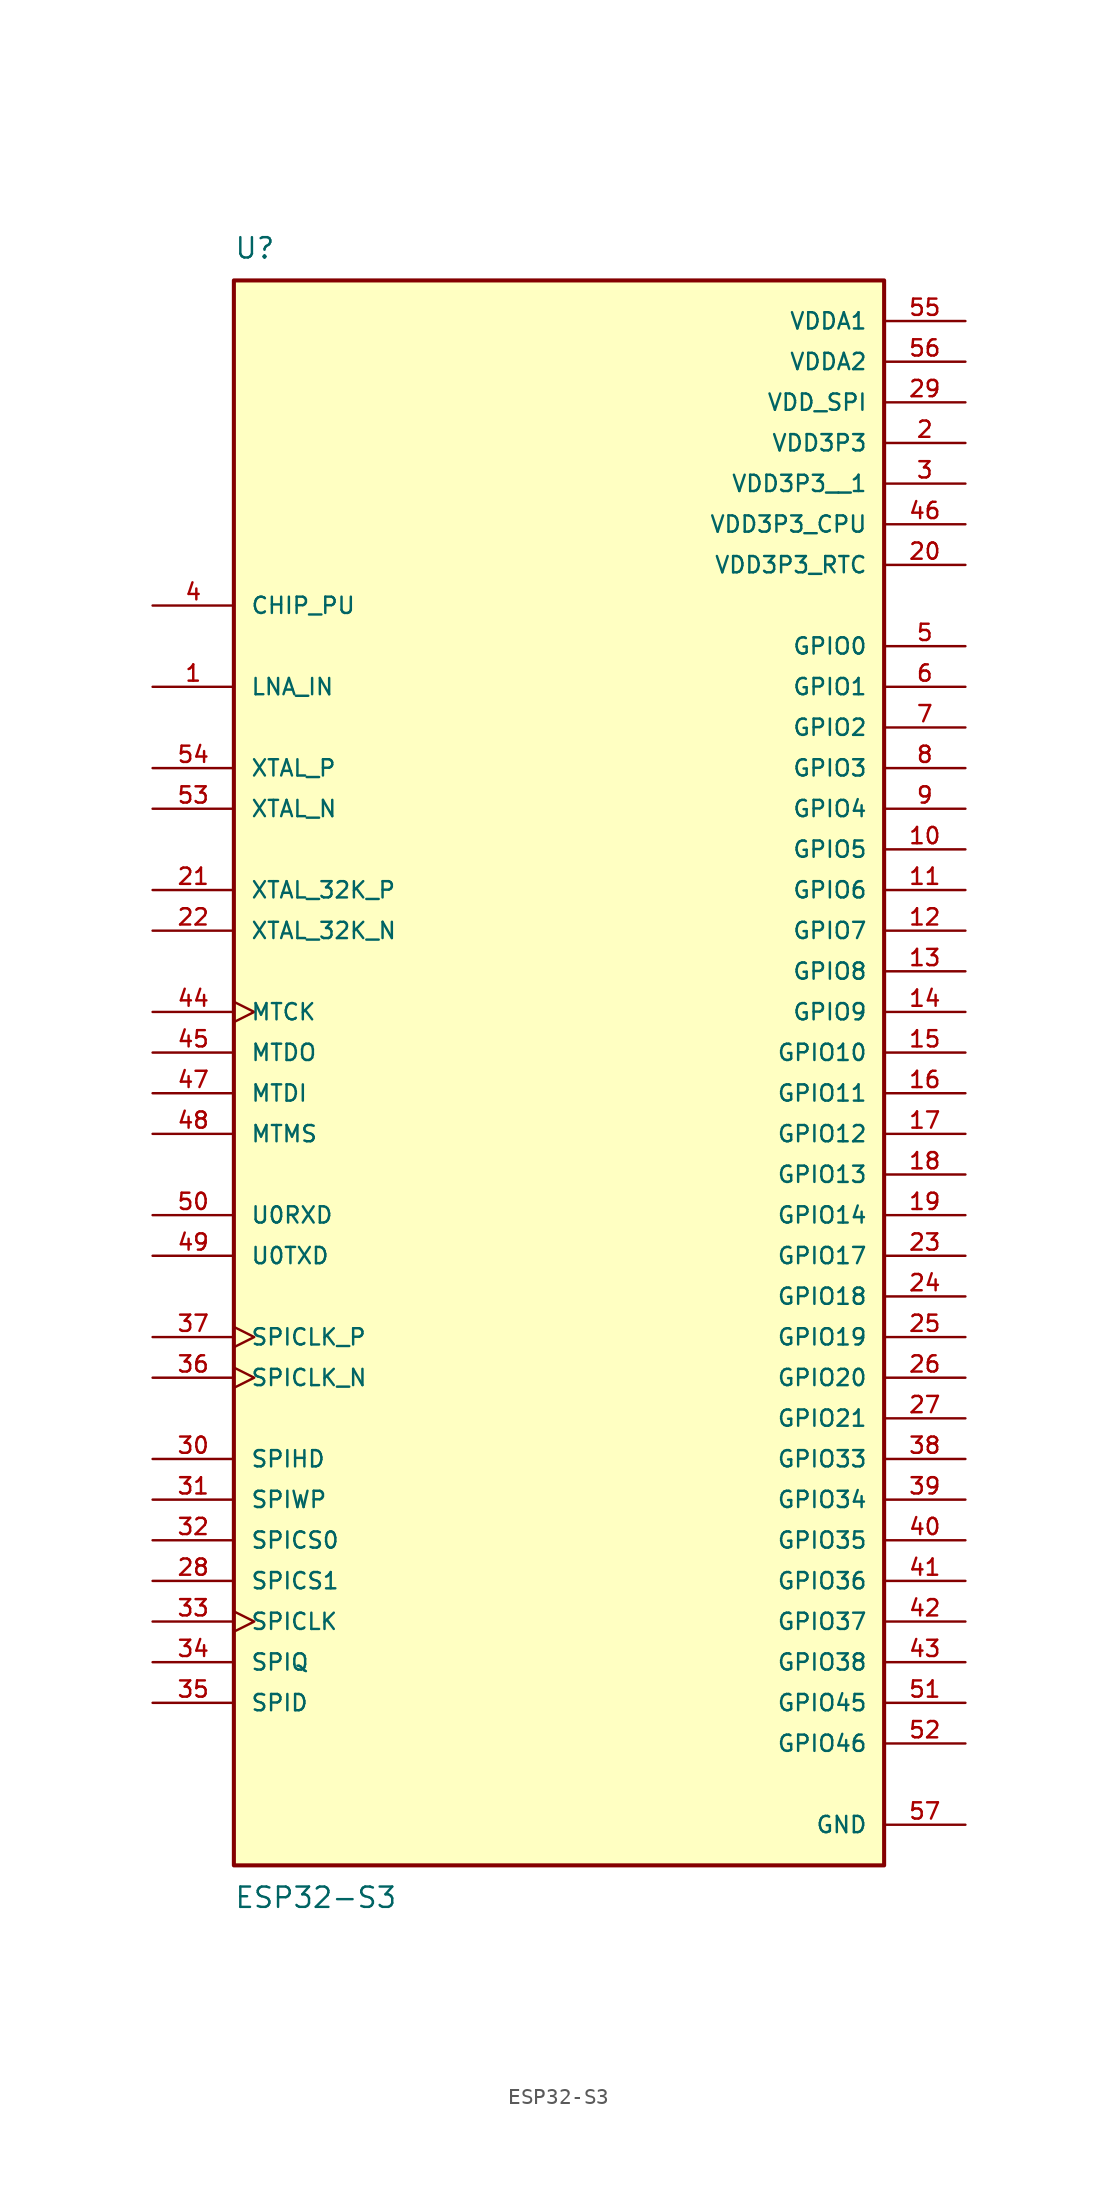
<source format=kicad_sym>
(kicad_symbol_lib
  (version 20211014)
  (generator kicad_symbol_editor)
  (symbol "ESP32-S3"
    (pin_names
      (offset 1.016))
    (property "Reference" "U"
      (at -20.32 49.53 0)
      (effects (font (size 1.27 1.27)) (justify bottom left)))
    (property "Value" "ESP32-S3"
      (at -20.32 -52.07 0)
      (effects (font (size 1.27 1.27)) (justify top left)))
    (symbol "ESP32-S3_0_0"
      (rectangle (start -20.32 -50.8) (end 20.32 48.26) (stroke (width 0.254)) (fill (type background)))
      (pin power_in line (at 25.4 40.64 180.0) (length 5.08) (name "VDD_SPI" (effects (font (size 1.016 1.016)))) (number "29" (effects (font (size 1.016 1.016)))))
      (pin power_in line (at 25.4 38.1 180.0) (length 5.08) (name "VDD3P3" (effects (font (size 1.016 1.016)))) (number "2" (effects (font (size 1.016 1.016)))))
      (pin power_in line (at 25.4 33.02 180.0) (length 5.08) (name "VDD3P3_CPU" (effects (font (size 1.016 1.016)))) (number "46" (effects (font (size 1.016 1.016)))))
      (pin power_in line (at 25.4 30.48 180.0) (length 5.08) (name "VDD3P3_RTC" (effects (font (size 1.016 1.016)))) (number "20" (effects (font (size 1.016 1.016)))))
      (pin power_in line (at 25.4 43.18 180.0) (length 5.08) (name "VDDA2" (effects (font (size 1.016 1.016)))) (number "56" (effects (font (size 1.016 1.016)))))
      (pin input line (at -25.4 27.94 0) (length 5.08) (name "CHIP_PU" (effects (font (size 1.016 1.016)))) (number "4" (effects (font (size 1.016 1.016)))))
      (pin input line (at -25.4 17.78 0) (length 5.08) (name "XTAL_P" (effects (font (size 1.016 1.016)))) (number "54" (effects (font (size 1.016 1.016)))))
      (pin bidirectional line (at 25.4 25.4 180.0) (length 5.08) (name "GPIO0" (effects (font (size 1.016 1.016)))) (number "5" (effects (font (size 1.016 1.016)))))
      (pin bidirectional line (at 25.4 22.86 180.0) (length 5.08) (name "GPIO1" (effects (font (size 1.016 1.016)))) (number "6" (effects (font (size 1.016 1.016)))))
      (pin bidirectional line (at 25.4 0.0 180.0) (length 5.08) (name "GPIO10" (effects (font (size 1.016 1.016)))) (number "15" (effects (font (size 1.016 1.016)))))
      (pin bidirectional line (at 25.4 -2.54 180.0) (length 5.08) (name "GPIO11" (effects (font (size 1.016 1.016)))) (number "16" (effects (font (size 1.016 1.016)))))
      (pin bidirectional line (at 25.4 -5.08 180.0) (length 5.08) (name "GPIO12" (effects (font (size 1.016 1.016)))) (number "17" (effects (font (size 1.016 1.016)))))
      (pin bidirectional line (at 25.4 -7.62 180.0) (length 5.08) (name "GPIO13" (effects (font (size 1.016 1.016)))) (number "18" (effects (font (size 1.016 1.016)))))
      (pin bidirectional line (at 25.4 -10.16 180.0) (length 5.08) (name "GPIO14" (effects (font (size 1.016 1.016)))) (number "19" (effects (font (size 1.016 1.016)))))
      (pin bidirectional line (at 25.4 -12.7 180.0) (length 5.08) (name "GPIO17" (effects (font (size 1.016 1.016)))) (number "23" (effects (font (size 1.016 1.016)))))
      (pin bidirectional line (at 25.4 -15.24 180.0) (length 5.08) (name "GPIO18" (effects (font (size 1.016 1.016)))) (number "24" (effects (font (size 1.016 1.016)))))
      (pin bidirectional line (at 25.4 -17.78 180.0) (length 5.08) (name "GPIO19" (effects (font (size 1.016 1.016)))) (number "25" (effects (font (size 1.016 1.016)))))
      (pin bidirectional line (at 25.4 20.32 180.0) (length 5.08) (name "GPIO2" (effects (font (size 1.016 1.016)))) (number "7" (effects (font (size 1.016 1.016)))))
      (pin bidirectional line (at 25.4 -20.32 180.0) (length 5.08) (name "GPIO20" (effects (font (size 1.016 1.016)))) (number "26" (effects (font (size 1.016 1.016)))))
      (pin bidirectional line (at 25.4 -22.86 180.0) (length 5.08) (name "GPIO21" (effects (font (size 1.016 1.016)))) (number "27" (effects (font (size 1.016 1.016)))))
      (pin bidirectional line (at 25.4 17.78 180.0) (length 5.08) (name "GPIO3" (effects (font (size 1.016 1.016)))) (number "8" (effects (font (size 1.016 1.016)))))
      (pin bidirectional line (at 25.4 -25.4 180.0) (length 5.08) (name "GPIO33" (effects (font (size 1.016 1.016)))) (number "38" (effects (font (size 1.016 1.016)))))
      (pin bidirectional line (at 25.4 -27.94 180.0) (length 5.08) (name "GPIO34" (effects (font (size 1.016 1.016)))) (number "39" (effects (font (size 1.016 1.016)))))
      (pin bidirectional line (at 25.4 -30.48 180.0) (length 5.08) (name "GPIO35" (effects (font (size 1.016 1.016)))) (number "40" (effects (font (size 1.016 1.016)))))
      (pin bidirectional line (at 25.4 -33.02 180.0) (length 5.08) (name "GPIO36" (effects (font (size 1.016 1.016)))) (number "41" (effects (font (size 1.016 1.016)))))
      (pin bidirectional line (at 25.4 -35.56 180.0) (length 5.08) (name "GPIO37" (effects (font (size 1.016 1.016)))) (number "42" (effects (font (size 1.016 1.016)))))
      (pin bidirectional line (at 25.4 -38.1 180.0) (length 5.08) (name "GPIO38" (effects (font (size 1.016 1.016)))) (number "43" (effects (font (size 1.016 1.016)))))
      (pin bidirectional line (at 25.4 15.24 180.0) (length 5.08) (name "GPIO4" (effects (font (size 1.016 1.016)))) (number "9" (effects (font (size 1.016 1.016)))))
      (pin bidirectional line (at 25.4 -40.64 180.0) (length 5.08) (name "GPIO45" (effects (font (size 1.016 1.016)))) (number "51" (effects (font (size 1.016 1.016)))))
      (pin bidirectional line (at 25.4 -43.18 180.0) (length 5.08) (name "GPIO46" (effects (font (size 1.016 1.016)))) (number "52" (effects (font (size 1.016 1.016)))))
      (pin output line (at -25.4 15.24 0) (length 5.08) (name "XTAL_N" (effects (font (size 1.016 1.016)))) (number "53" (effects (font (size 1.016 1.016)))))
      (pin bidirectional line (at 25.4 12.7 180.0) (length 5.08) (name "GPIO5" (effects (font (size 1.016 1.016)))) (number "10" (effects (font (size 1.016 1.016)))))
      (pin bidirectional line (at 25.4 10.16 180.0) (length 5.08) (name "GPIO6" (effects (font (size 1.016 1.016)))) (number "11" (effects (font (size 1.016 1.016)))))
      (pin bidirectional line (at 25.4 7.62 180.0) (length 5.08) (name "GPIO7" (effects (font (size 1.016 1.016)))) (number "12" (effects (font (size 1.016 1.016)))))
      (pin bidirectional line (at 25.4 5.08 180.0) (length 5.08) (name "GPIO8" (effects (font (size 1.016 1.016)))) (number "13" (effects (font (size 1.016 1.016)))))
      (pin bidirectional line (at 25.4 2.54 180.0) (length 5.08) (name "GPIO9" (effects (font (size 1.016 1.016)))) (number "14" (effects (font (size 1.016 1.016)))))
      (pin bidirectional line (at -25.4 22.86 0) (length 5.08) (name "LNA_IN" (effects (font (size 1.016 1.016)))) (number "1" (effects (font (size 1.016 1.016)))))
      (pin bidirectional clock (at -25.4 2.54 0) (length 5.08) (name "MTCK" (effects (font (size 1.016 1.016)))) (number "44" (effects (font (size 1.016 1.016)))))
      (pin bidirectional line (at -25.4 -2.54 0) (length 5.08) (name "MTDI" (effects (font (size 1.016 1.016)))) (number "47" (effects (font (size 1.016 1.016)))))
      (pin bidirectional line (at -25.4 0.0 0) (length 5.08) (name "MTDO" (effects (font (size 1.016 1.016)))) (number "45" (effects (font (size 1.016 1.016)))))
      (pin bidirectional line (at -25.4 -5.08 0) (length 5.08) (name "MTMS" (effects (font (size 1.016 1.016)))) (number "48" (effects (font (size 1.016 1.016)))))
      (pin bidirectional clock (at -25.4 -35.56 0) (length 5.08) (name "SPICLK" (effects (font (size 1.016 1.016)))) (number "33" (effects (font (size 1.016 1.016)))))
      (pin bidirectional clock (at -25.4 -20.32 0) (length 5.08) (name "SPICLK_N" (effects (font (size 1.016 1.016)))) (number "36" (effects (font (size 1.016 1.016)))))
      (pin bidirectional clock (at -25.4 -17.78 0) (length 5.08) (name "SPICLK_P" (effects (font (size 1.016 1.016)))) (number "37" (effects (font (size 1.016 1.016)))))
      (pin bidirectional line (at -25.4 -30.48 0) (length 5.08) (name "SPICS0" (effects (font (size 1.016 1.016)))) (number "32" (effects (font (size 1.016 1.016)))))
      (pin bidirectional line (at -25.4 -33.02 0) (length 5.08) (name "SPICS1" (effects (font (size 1.016 1.016)))) (number "28" (effects (font (size 1.016 1.016)))))
      (pin bidirectional line (at -25.4 -40.64 0) (length 5.08) (name "SPID" (effects (font (size 1.016 1.016)))) (number "35" (effects (font (size 1.016 1.016)))))
      (pin bidirectional line (at -25.4 -25.4 0) (length 5.08) (name "SPIHD" (effects (font (size 1.016 1.016)))) (number "30" (effects (font (size 1.016 1.016)))))
      (pin bidirectional line (at -25.4 -38.1 0) (length 5.08) (name "SPIQ" (effects (font (size 1.016 1.016)))) (number "34" (effects (font (size 1.016 1.016)))))
      (pin bidirectional line (at -25.4 -27.94 0) (length 5.08) (name "SPIWP" (effects (font (size 1.016 1.016)))) (number "31" (effects (font (size 1.016 1.016)))))
      (pin bidirectional line (at -25.4 -10.16 0) (length 5.08) (name "U0RXD" (effects (font (size 1.016 1.016)))) (number "50" (effects (font (size 1.016 1.016)))))
      (pin bidirectional line (at -25.4 -12.7 0) (length 5.08) (name "U0TXD" (effects (font (size 1.016 1.016)))) (number "49" (effects (font (size 1.016 1.016)))))
      (pin bidirectional line (at -25.4 7.62 0) (length 5.08) (name "XTAL_32K_N" (effects (font (size 1.016 1.016)))) (number "22" (effects (font (size 1.016 1.016)))))
      (pin bidirectional line (at -25.4 10.16 0) (length 5.08) (name "XTAL_32K_P" (effects (font (size 1.016 1.016)))) (number "21" (effects (font (size 1.016 1.016)))))
      (pin power_in line (at 25.4 -48.26 180.0) (length 5.08) (name "GND" (effects (font (size 1.016 1.016)))) (number "57" (effects (font (size 1.016 1.016)))))
      (pin power_in line (at 25.4 45.72 180.0) (length 5.08) (name "VDDA1" (effects (font (size 1.016 1.016)))) (number "55" (effects (font (size 1.016 1.016)))))
      (pin power_in line (at 25.4 35.56 180.0) (length 5.08) (name "VDD3P3__1" (effects (font (size 1.016 1.016)))) (number "3" (effects (font (size 1.016 1.016))))))))
</source>
